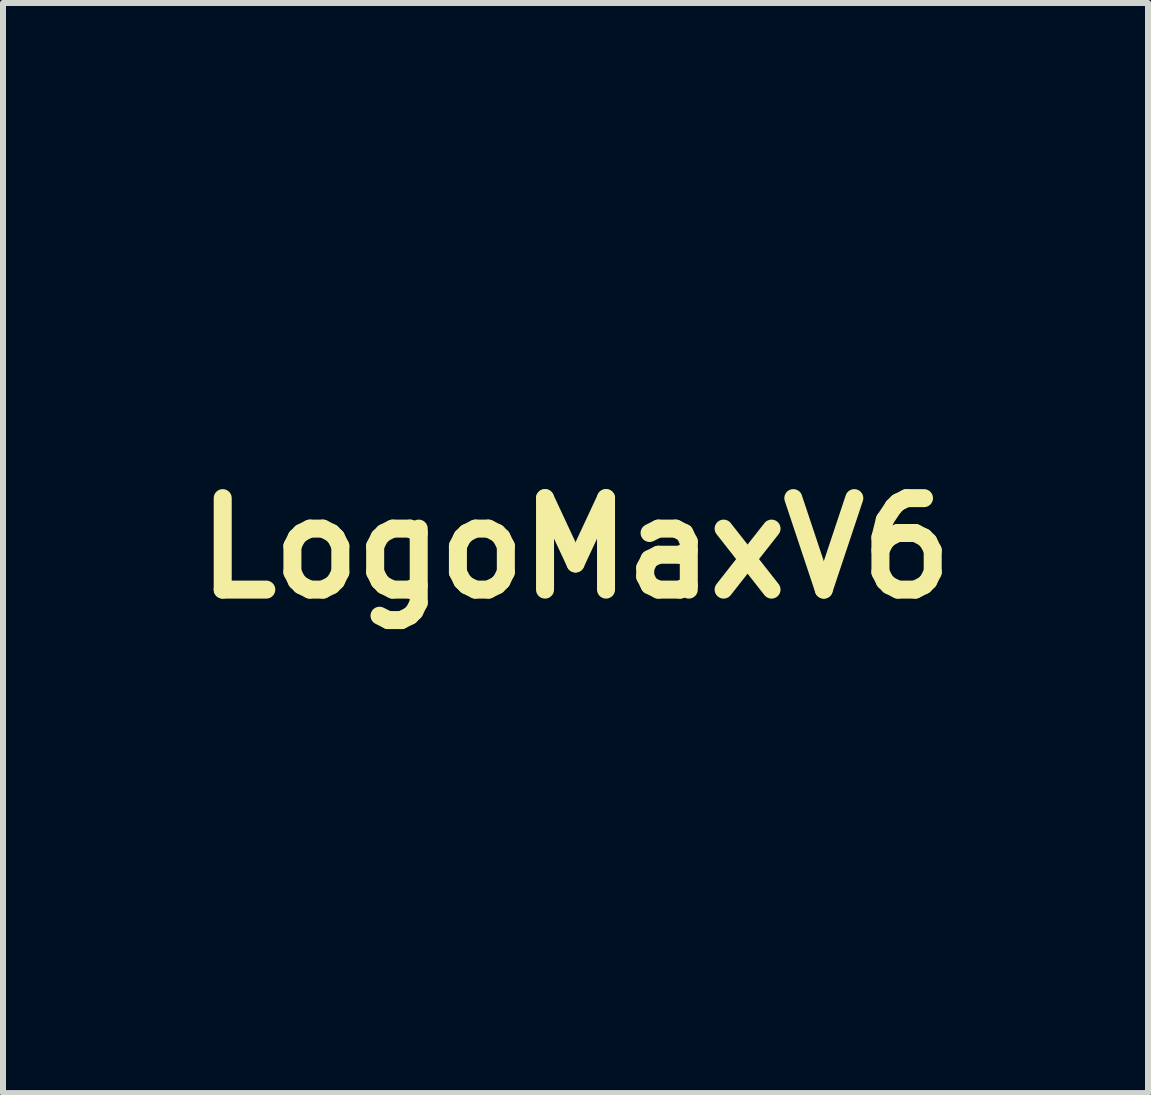
<source format=kicad_pcb>
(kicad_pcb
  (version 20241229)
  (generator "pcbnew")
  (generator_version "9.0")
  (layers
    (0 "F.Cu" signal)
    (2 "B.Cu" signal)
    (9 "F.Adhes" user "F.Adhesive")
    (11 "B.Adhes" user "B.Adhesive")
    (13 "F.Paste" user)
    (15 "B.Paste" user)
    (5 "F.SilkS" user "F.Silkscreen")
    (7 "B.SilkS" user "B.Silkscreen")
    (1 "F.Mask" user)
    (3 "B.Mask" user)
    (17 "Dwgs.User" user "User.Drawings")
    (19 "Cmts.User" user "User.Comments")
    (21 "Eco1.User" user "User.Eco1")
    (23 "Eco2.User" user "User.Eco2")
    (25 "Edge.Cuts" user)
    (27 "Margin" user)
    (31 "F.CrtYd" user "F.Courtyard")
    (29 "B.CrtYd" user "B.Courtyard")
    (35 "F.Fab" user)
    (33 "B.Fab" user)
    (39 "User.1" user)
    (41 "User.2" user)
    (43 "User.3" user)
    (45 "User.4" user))
  (footprint "LogoMaxV6"
    (layer "F.Cu")
    (at 6.539 6.084)
    (property "Reference" "LogoMaxV6" (at 0 0 0) (layer "F.SilkS") (effects (font (size 1.524 1.524) (thickness 0.3))))
    (attr through_hole)
    (fp_poly (pts (xy 0.042 -6.073) (xy 0.062 -6.061) (xy 0.1 -6.038) (xy 0.174 -5.994) (xy 0.276 -5.935) (xy 0.399 -5.863) (xy 0.533 -5.786) (xy 0.688 -5.697) (xy 0.848 -5.604) (xy 1.001 -5.516) (xy 1.132 -5.44) (xy 1.206 -5.397) (xy 1.317 -5.333) (xy 1.457 -5.252) (xy 1.613 -5.162) (xy 1.772 -5.071) (xy 1.867 -5.016) (xy 2.009 -4.935) (xy 2.182 -4.835) (xy 2.374 -4.724) (xy 2.573 -4.609) (xy 2.766 -4.498) (xy 2.857 -4.445) (xy 3.018 -4.352) (xy 3.167 -4.266) (xy 3.298 -4.19) (xy 3.406 -4.128) (xy 3.482 -4.084) (xy 3.518 -4.063) (xy 3.562 -4.038) (xy 3.643 -3.991) (xy 3.752 -3.928) (xy 3.882 -3.853) (xy 4.024 -3.771) (xy 4.064 -3.748) (xy 4.236 -3.648) (xy 4.423 -3.54) (xy 4.611 -3.432) (xy 4.783 -3.332) (xy 4.909 -3.26) (xy 5.283 -3.044) (xy 5.271 3.055) (xy 5.029 3.195) (xy 4.753 3.355) (xy 4.518 3.491) (xy 4.319 3.606) (xy 4.154 3.701) (xy 4.019 3.779) (xy 3.91 3.842) (xy 3.823 3.891) (xy 3.756 3.929) (xy 3.705 3.958) (xy 3.683 3.97) (xy 3.605 4.013) (xy 3.545 4.048) (xy 3.518 4.065) (xy 3.489 4.084) (xy 3.423 4.123) (xy 3.328 4.179) (xy 3.211 4.247) (xy 3.086 4.319) (xy 2.951 4.397) (xy 2.825 4.469) (xy 2.717 4.531) (xy 2.638 4.577) (xy 2.597 4.6) (xy 2.537 4.635) (xy 2.478 4.669) (xy 2.413 4.707) (xy 2.336 4.752) (xy 2.24 4.807) (xy 2.119 4.877) (xy 1.966 4.964) (xy 1.778 5.073) (xy 1.509 5.228) (xy 1.281 5.36) (xy 1.088 5.471) (xy 0.928 5.563) (xy 0.795 5.64) (xy 0.687 5.703) (xy 0.598 5.754) (xy 0.525 5.796) (xy 0.464 5.832) (xy 0.411 5.862) (xy 0.362 5.891) (xy 0.318 5.917) (xy 0.221 5.974) (xy 0.137 6.023) (xy 0.077 6.057) (xy 0.062 6.065) (xy 0.033 6.073) (xy -0.004 6.069) (xy -0.059 6.047) (xy -0.139 6.006) (xy -0.254 5.942) (xy -0.269 5.933) (xy -0.561 5.765) (xy -0.813 5.62) (xy -1.029 5.496) (xy -1.212 5.39) (xy -1.366 5.301) (xy -1.496 5.226) (xy -1.605 5.162) (xy -1.638 5.143) (xy -1.747 5.081) (xy -1.886 5) (xy -2.043 4.91) (xy -2.203 4.818) (xy -2.257 4.787) (xy -1.524 4.787) (xy -1.503 4.81) (xy -1.447 4.851) (xy -1.365 4.904) (xy -1.289 4.949) (xy -1.182 5.011) (xy -1.045 5.09) (xy -0.894 5.177) (xy -0.744 5.264) (xy -0.686 5.298) (xy -0.564 5.368) (xy -0.458 5.429) (xy -0.377 5.476) (xy -0.326 5.504) (xy -0.313 5.511) (xy -0.322 5.491) (xy -0.351 5.436) (xy -0.394 5.357) (xy -0.417 5.315) (xy -0.474 5.213) (xy -0.529 5.117) (xy -0.571 5.043) (xy -0.579 5.029) (xy -0.651 4.906) (xy -0.732 4.767) (xy -0.814 4.625) (xy -0.889 4.493) (xy -0.95 4.385) (xy -0.973 4.343) (xy -1.022 4.259) (xy -1.068 4.184) (xy -1.094 4.146) (xy -1.139 4.088) (xy -1.175 4.159) (xy -1.236 4.274) (xy -1.31 4.405) (xy -1.383 4.533) (xy -1.446 4.637) (xy -1.453 4.647) (xy -1.493 4.716) (xy -1.519 4.769) (xy -1.524 4.787) (xy -2.257 4.787) (xy -2.311 4.756) (xy -2.444 4.679) (xy -2.562 4.611) (xy -2.658 4.555) (xy -2.725 4.515) (xy -2.756 4.497) (xy -2.756 4.496) (xy -2.79 4.475) (xy -2.855 4.438) (xy -2.921 4.401) (xy -2.983 4.366) (xy -3.08 4.311) (xy -3.203 4.241) (xy -3.344 4.16) (xy -3.493 4.074) (xy -3.578 4.026) (xy -2.896 4.026) (xy -2.661 4.16) (xy -2.553 4.222) (xy -2.416 4.3) (xy -2.265 4.387) (xy -2.115 4.474) (xy -2.058 4.507) (xy -1.935 4.577) (xy -1.827 4.636) (xy -1.743 4.68) (xy -1.689 4.705) (xy -1.673 4.709) (xy -1.652 4.684) (xy -1.615 4.626) (xy -1.572 4.553) (xy -1.524 4.469) (xy -1.482 4.397) (xy -1.459 4.356) (xy -1.431 4.307) (xy -1.387 4.233) (xy -1.349 4.169) (xy -1.308 4.097) (xy -1.283 4.043) (xy -1.278 4.026) (xy -0.982 4.026) (xy -0.754 4.42) (xy -0.673 4.561) (xy -0.593 4.701) (xy -0.521 4.827) (xy -0.465 4.929) (xy -0.437 4.978) (xy -0.389 5.065) (xy -0.347 5.137) (xy -0.319 5.18) (xy -0.318 5.182) (xy -0.29 5.223) (xy -0.248 5.293) (xy -0.203 5.372) (xy -0.126 5.51) (xy -0.068 5.607) (xy -0.024 5.666) (xy 0.01 5.69) (xy 0.039 5.684) (xy 0.065 5.652) (xy 0.083 5.62) (xy 0.12 5.55) (xy 0.138 5.519) (xy 0.326 5.519) (xy 0.41 5.467) (xy 0.457 5.44) (xy 0.539 5.392) (xy 0.651 5.327) (xy 0.785 5.25) (xy 0.932 5.165) (xy 1.016 5.117) (xy 1.163 5.033) (xy 1.294 4.957) (xy 1.405 4.894) (xy 1.487 4.846) (xy 1.536 4.817) (xy 1.546 4.811) (xy 1.537 4.787) (xy 1.507 4.727) (xy 1.46 4.638) (xy 1.399 4.528) (xy 1.352 4.444) (xy 1.276 4.31) (xy 1.221 4.216) (xy 1.182 4.156) (xy 1.156 4.125) (xy 1.137 4.116) (xy 1.123 4.126) (xy 1.11 4.144) (xy 1.083 4.19) (xy 1.036 4.268) (xy 0.979 4.367) (xy 0.926 4.458) (xy 0.854 4.584) (xy 0.767 4.734) (xy 0.677 4.889) (xy 0.603 5.016) (xy 0.534 5.137) (xy 0.469 5.252) (xy 0.416 5.347) (xy 0.38 5.413) (xy 0.376 5.42) (xy 0.326 5.519) (xy 0.138 5.519) (xy 0.165 5.47) (xy 0.171 5.461) (xy 0.224 5.369) (xy 0.292 5.252) (xy 0.368 5.12) (xy 0.449 4.98) (xy 0.529 4.842) (xy 0.603 4.714) (xy 0.666 4.604) (xy 0.715 4.52) (xy 0.742 4.472) (xy 0.743 4.47) (xy 0.78 4.407) (xy 0.808 4.362) (xy 0.812 4.356) (xy 0.841 4.311) (xy 0.878 4.244) (xy 0.918 4.168) (xy 0.954 4.097) (xy 0.977 4.044) (xy 0.981 4.028) (xy 1.295 4.028) (xy 1.307 4.054) (xy 1.339 4.114) (xy 1.386 4.199) (xy 1.443 4.299) (xy 1.504 4.406) (xy 1.564 4.511) (xy 1.618 4.604) (xy 1.661 4.676) (xy 1.688 4.718) (xy 1.693 4.724) (xy 1.717 4.712) (xy 1.777 4.679) (xy 1.867 4.627) (xy 1.979 4.563) (xy 2.089 4.499) (xy 2.237 4.413) (xy 2.389 4.325) (xy 2.532 4.242) (xy 2.653 4.173) (xy 2.705 4.143) (xy 2.934 4.013) (xy 2.115 4.013) (xy 1.916 4.014) (xy 1.735 4.015) (xy 1.578 4.017) (xy 1.449 4.019) (xy 1.356 4.022) (xy 1.304 4.025) (xy 1.295 4.028) (xy 0.981 4.028) (xy 0.983 4.022) (xy 0.956 4.02) (xy 0.884 4.019) (xy 0.773 4.018) (xy 0.627 4.017) (xy 0.452 4.017) (xy 0.255 4.018) (xy 0.04 4.019) (xy -0.004 4.019) (xy -0.982 4.026) (xy -1.278 4.026) (xy -1.278 4.022) (xy -1.305 4.02) (xy -1.376 4.019) (xy -1.486 4.018) (xy -1.629 4.017) (xy -1.797 4.017) (xy -1.986 4.018) (xy -2.092 4.019) (xy -2.896 4.026) (xy -3.578 4.026) (xy -3.642 3.988) (xy -3.782 3.907) (xy -3.904 3.837) (xy -3.919 3.828) (xy -3.215 3.828) (xy -3.202 3.836) (xy -3.168 3.844) (xy -3.11 3.849) (xy -3.022 3.854) (xy -2.901 3.857) (xy -2.742 3.859) (xy -2.542 3.86) (xy -2.296 3.861) (xy -2.236 3.861) (xy -0.992 3.861) (xy 1.015 3.861) (xy 1.266 3.861) (xy 2.227 3.86) (xy 2.444 3.86) (xy 2.645 3.858) (xy 2.826 3.856) (xy 2.979 3.852) (xy 3.1 3.848) (xy 3.182 3.844) (xy 3.22 3.839) (xy 3.222 3.838) (xy 3.233 3.831) (xy 3.239 3.82) (xy 3.238 3.801) (xy 3.226 3.77) (xy 3.202 3.721) (xy 3.163 3.649) (xy 3.107 3.55) (xy 3.03 3.419) (xy 2.932 3.25) (xy 2.895 3.188) (xy 2.809 3.039) (xy 2.723 2.892) (xy 2.645 2.757) (xy 2.58 2.645) (xy 2.539 2.572) (xy 2.49 2.488) (xy 2.45 2.424) (xy 2.426 2.39) (xy 2.423 2.388) (xy 2.396 2.4) (xy 2.347 2.43) (xy 2.284 2.463) (xy 2.198 2.498) (xy 2.151 2.515) (xy 2.094 2.535) (xy 2.051 2.557) (xy 2.014 2.59) (xy 1.975 2.643) (xy 1.926 2.723) (xy 1.87 2.822) (xy 1.792 2.96) (xy 1.696 3.127) (xy 1.591 3.309) (xy 1.485 3.49) (xy 1.387 3.657) (xy 1.315 3.778) (xy 1.266 3.861) (xy 1.015 3.861) (xy 0.968 3.778) (xy 0.938 3.726) (xy 0.889 3.641) (xy 0.827 3.533) (xy 0.757 3.414) (xy 0.736 3.379) (xy 0.666 3.258) (xy 0.602 3.147) (xy 0.549 3.056) (xy 0.514 2.996) (xy 0.508 2.985) (xy 0.468 2.916) (xy 0.418 2.831) (xy 0.397 2.794) (xy 0.348 2.71) (xy 0.304 2.631) (xy 0.29 2.603) (xy 0.251 2.527) (xy 0.009 2.53) (xy -0.232 2.532) (xy -0.442 2.898) (xy -0.526 3.043) (xy -0.613 3.194) (xy -0.695 3.337) (xy -0.764 3.455) (xy -0.786 3.493) (xy -0.846 3.596) (xy -0.9 3.691) (xy -0.941 3.763) (xy -0.956 3.791) (xy -0.992 3.861) (xy -2.236 3.861) (xy -2.02 3.86) (xy -1.821 3.859) (xy -1.644 3.858) (xy -1.495 3.856) (xy -1.38 3.853) (xy -1.303 3.851) (xy -1.271 3.848) (xy -1.27 3.847) (xy -1.282 3.822) (xy -1.315 3.76) (xy -1.366 3.67) (xy -1.428 3.561) (xy -1.464 3.498) (xy -1.542 3.364) (xy -1.619 3.231) (xy -1.688 3.111) (xy -1.741 3.017) (xy -1.753 2.997) (xy -1.838 2.846) (xy -1.904 2.734) (xy -1.953 2.653) (xy -1.992 2.598) (xy -2.024 2.563) (xy -2.055 2.542) (xy -2.057 2.541) (xy -1.813 2.541) (xy -1.812 2.571) (xy -1.788 2.631) (xy -1.747 2.708) (xy -1.746 2.709) (xy -1.58 2.991) (xy -1.411 3.283) (xy -1.268 3.535) (xy -1.213 3.632) (xy -1.167 3.711) (xy -1.136 3.762) (xy -1.126 3.776) (xy -1.113 3.754) (xy -1.078 3.696) (xy -1.028 3.61) (xy -0.967 3.504) (xy -0.946 3.467) (xy -0.863 3.324) (xy -0.767 3.158) (xy -0.668 2.988) (xy -0.58 2.834) (xy -0.575 2.827) (xy -0.508 2.709) (xy -0.451 2.607) (xy -0.408 2.528) (xy -0.384 2.481) (xy -0.383 2.477) (xy 0.381 2.477) (xy 0.44 2.566) (xy 0.484 2.635) (xy 0.54 2.728) (xy 0.586 2.81) (xy 0.679 2.974) (xy 0.771 3.138) (xy 0.861 3.294) (xy 0.943 3.436) (xy 1.016 3.56) (xy 1.076 3.659) (xy 1.118 3.727) (xy 1.14 3.758) (xy 1.142 3.759) (xy 1.162 3.739) (xy 1.195 3.69) (xy 1.204 3.676) (xy 1.236 3.621) (xy 1.286 3.534) (xy 1.346 3.428) (xy 1.396 3.34) (xy 1.473 3.205) (xy 1.562 3.051) (xy 1.649 2.899) (xy 1.695 2.82) (xy 1.754 2.716) (xy 1.801 2.628) (xy 1.83 2.564) (xy 1.839 2.535) (xy 1.839 2.535) (xy 1.808 2.519) (xy 1.748 2.502) (xy 1.737 2.5) (xy 1.654 2.465) (xy 1.563 2.396) (xy 1.476 2.307) (xy 1.407 2.21) (xy 1.373 2.138) (xy 1.338 2.032) (xy 0.767 2.032) (xy 0.685 2.16) (xy 0.617 2.252) (xy 0.534 2.344) (xy 0.492 2.382) (xy 0.381 2.477) (xy -0.383 2.477) (xy -0.381 2.471) (xy -0.399 2.445) (xy -0.445 2.401) (xy -0.471 2.379) (xy -0.535 2.318) (xy -0.606 2.234) (xy -0.652 2.17) (xy -0.744 2.032) (xy -1.314 2.032) (xy -1.356 2.142) (xy -1.413 2.246) (xy -1.497 2.349) (xy -1.593 2.434) (xy -1.688 2.488) (xy -1.698 2.491) (xy -1.764 2.516) (xy -1.808 2.538) (xy -1.813 2.541) (xy -2.057 2.541) (xy -2.089 2.529) (xy -2.132 2.517) (xy -2.136 2.516) (xy -2.224 2.487) (xy -2.3 2.45) (xy -2.323 2.435) (xy -2.374 2.404) (xy -2.411 2.399) (xy -2.412 2.4) (xy -2.435 2.427) (xy -2.474 2.489) (xy -2.525 2.574) (xy -2.553 2.624) (xy -2.607 2.719) (xy -2.653 2.801) (xy -2.685 2.856) (xy -2.693 2.87) (xy -2.716 2.908) (xy -2.756 2.978) (xy -2.809 3.069) (xy -2.848 3.137) (xy -2.922 3.266) (xy -3.005 3.41) (xy -3.082 3.543) (xy -3.103 3.58) (xy -3.155 3.675) (xy -3.194 3.756) (xy -3.214 3.811) (xy -3.215 3.828) (xy -3.919 3.828) (xy -3.95 3.81) (xy -3.994 3.784) (xy -4.075 3.738) (xy -4.184 3.674) (xy -4.314 3.599) (xy -4.457 3.516) (xy -4.508 3.487) (xy -4.659 3.4) (xy -4.802 3.317) (xy -4.93 3.243) (xy -5.034 3.182) (xy -5.105 3.14) (xy -5.118 3.133) (xy -5.245 3.057) (xy -5.245 2.827) (xy -4.92 2.827) (xy -4.92 2.829) (xy -4.893 2.856) (xy -4.833 2.899) (xy -4.75 2.952) (xy -4.708 2.977) (xy -4.616 3.03) (xy -4.492 3.101) (xy -4.351 3.182) (xy -4.205 3.266) (xy -4.128 3.311) (xy -4.002 3.383) (xy -3.892 3.444) (xy -3.804 3.492) (xy -3.747 3.522) (xy -3.728 3.53) (xy -3.73 3.511) (xy -3.754 3.46) (xy -3.789 3.397) (xy -3.825 3.336) (xy -3.881 3.239) (xy -3.953 3.116) (xy -4.036 2.973) (xy -4.124 2.82) (xy -4.163 2.753) (xy -4.249 2.604) (xy -4.329 2.467) (xy -4.398 2.349) (xy -4.452 2.258) (xy -4.488 2.199) (xy -4.497 2.184) (xy -4.515 2.161) (xy -4.531 2.154) (xy -4.552 2.169) (xy -4.583 2.212) (xy -4.628 2.289) (xy -4.685 2.39) (xy -4.749 2.501) (xy -4.808 2.603) (xy -4.856 2.682) (xy -4.883 2.725) (xy -4.913 2.782) (xy -4.92 2.827) (xy -5.245 2.827) (xy -5.245 1.967) (xy -4.928 1.967) (xy -4.927 2.12) (xy -4.925 2.253) (xy -4.923 2.36) (xy -4.92 2.433) (xy -4.916 2.463) (xy -4.916 2.464) (xy -4.899 2.443) (xy -4.862 2.388) (xy -4.812 2.306) (xy -4.763 2.225) (xy -4.706 2.127) (xy -4.678 2.078) (xy -4.369 2.078) (xy -4.356 2.131) (xy -4.343 2.149) (xy -4.323 2.178) (xy -4.282 2.244) (xy -4.225 2.34) (xy -4.157 2.457) (xy -4.086 2.579) (xy -4.009 2.714) (xy -3.938 2.839) (xy -3.877 2.944) (xy -3.833 3.022) (xy -3.81 3.061) (xy -3.773 3.125) (xy -3.724 3.211) (xy -3.686 3.277) (xy -3.64 3.356) (xy -3.601 3.422) (xy -3.581 3.454) (xy -3.554 3.5) (xy -3.516 3.568) (xy -3.502 3.594) (xy -3.444 3.686) (xy -3.395 3.73) (xy -3.378 3.733) (xy -3.362 3.713) (xy -3.325 3.655) (xy -3.273 3.569) (xy -3.21 3.461) (xy -3.175 3.401) (xy -3.097 3.266) (xy -3.019 3.128) (xy -2.947 3.003) (xy -2.89 2.904) (xy -2.88 2.887) (xy -2.819 2.78) (xy -2.745 2.652) (xy -2.67 2.523) (xy -2.644 2.479) (xy -2.585 2.375) (xy -2.548 2.304) (xy -2.531 2.255) (xy -2.53 2.218) (xy -2.541 2.182) (xy -2.543 2.178) (xy -2.559 2.14) (xy -2.575 2.109) (xy -2.596 2.084) (xy -2.628 2.066) (xy -2.675 2.052) (xy -2.744 2.043) (xy -2.839 2.037) (xy -2.965 2.034) (xy -3.128 2.032) (xy -3.333 2.032) (xy -3.507 2.032) (xy -3.739 2.032) (xy -3.926 2.033) (xy -4.071 2.034) (xy -4.181 2.036) (xy -4.26 2.04) (xy -4.313 2.045) (xy -4.346 2.051) (xy -4.362 2.06) (xy -4.368 2.071) (xy -4.369 2.078) (xy -4.678 2.078) (xy -4.661 2.047) (xy -4.631 1.993) (xy -4.623 1.975) (xy -4.635 1.945) (xy -4.655 1.906) (xy -4.398 1.906) (xy -2.629 1.892) (xy -2.622 1.699) (xy -2.619 1.611) (xy -2.623 1.546) (xy -2.636 1.488) (xy -2.665 1.424) (xy -2.713 1.338) (xy -2.746 1.28) (xy -2.795 1.196) (xy -2.841 1.118) (xy -2.886 1.039) (xy -2.937 0.951) (xy -2.997 0.845) (xy -3.072 0.713) (xy -3.167 0.547) (xy -3.189 0.508) (xy -3.247 0.408) (xy -3.3 0.319) (xy -3.341 0.255) (xy -3.355 0.235) (xy -3.379 0.207) (xy -3.4 0.198) (xy -3.425 0.213) (xy -3.458 0.258) (xy -3.506 0.339) (xy -3.552 0.421) (xy -3.594 0.496) (xy -3.657 0.606) (xy -3.734 0.74) (xy -3.82 0.89) (xy -3.91 1.046) (xy -3.937 1.092) (xy -4.026 1.247) (xy -4.112 1.397) (xy -4.19 1.533) (xy -4.255 1.647) (xy -4.301 1.729) (xy -4.31 1.747) (xy -4.398 1.906) (xy -4.655 1.906) (xy -4.667 1.884) (xy -4.712 1.802) (xy -4.764 1.711) (xy -4.816 1.622) (xy -4.861 1.547) (xy -4.893 1.498) (xy -4.904 1.485) (xy -4.912 1.504) (xy -4.919 1.569) (xy -4.924 1.674) (xy -4.927 1.815) (xy -4.928 1.967) (xy -5.245 1.967) (xy -5.245 0.076) (xy -4.928 0.076) (xy -4.928 1.122) (xy -4.854 1.253) (xy -4.758 1.425) (xy -4.683 1.557) (xy -4.626 1.653) (xy -4.584 1.719) (xy -4.554 1.759) (xy -4.532 1.779) (xy -4.516 1.781) (xy -4.505 1.775) (xy -4.475 1.738) (xy -4.47 1.722) (xy -4.457 1.685) (xy -4.425 1.631) (xy -4.423 1.63) (xy -4.385 1.57) (xy -4.336 1.487) (xy -4.3 1.422) (xy -4.253 1.338) (xy -4.19 1.227) (xy -4.122 1.109) (xy -4.09 1.054) (xy -4.025 0.943) (xy -3.963 0.835) (xy -3.912 0.746) (xy -3.892 0.711) (xy -3.847 0.632) (xy -3.787 0.53) (xy -3.726 0.427) (xy -3.721 0.419) (xy -3.664 0.323) (xy -3.612 0.233) (xy -3.575 0.166) (xy -3.572 0.159) (xy -3.534 0.086) (xy -3.251 0.086) (xy -3.239 0.114) (xy -3.21 0.171) (xy -3.171 0.242) (xy -3.131 0.311) (xy -3.098 0.364) (xy -3.086 0.381) (xy -3.059 0.421) (xy -3.017 0.492) (xy -2.969 0.578) (xy -2.966 0.584) (xy -2.898 0.707) (xy -2.829 0.83) (xy -2.763 0.945) (xy -2.705 1.044) (xy -2.66 1.119) (xy -2.632 1.161) (xy -2.626 1.168) (xy -2.623 1.144) (xy -2.62 1.077) (xy -2.618 0.973) (xy -2.617 0.84) (xy -2.616 0.686) (xy -2.616 0.622) (xy -2.616 0.076) (xy -2.934 0.076) (xy -3.054 0.077) (xy -3.153 0.079) (xy -3.222 0.082) (xy -3.251 0.085) (xy -3.251 0.086) (xy -3.534 0.086) (xy -3.529 0.076) (xy -4.928 0.076) (xy -5.245 0.076) (xy -5.245 -1.12) (xy -4.928 -1.12) (xy -4.928 -0.076) (xy -3.527 -0.076) (xy -3.538 -0.095) (xy -3.251 -0.095) (xy -3.227 -0.088) (xy -3.162 -0.082) (xy -3.066 -0.078) (xy -2.948 -0.076) (xy -2.934 -0.076) (xy -2.616 -0.076) (xy -2.616 -0.627) (xy -2.616 -0.632) (xy -2.435 -0.632) (xy -2.435 -0.34) (xy -2.434 -0.045) (xy -2.432 0.247) (xy -2.43 0.533) (xy -2.427 0.807) (xy -2.424 1.065) (xy -2.421 1.303) (xy -2.417 1.515) (xy -2.412 1.698) (xy -2.407 1.846) (xy -2.402 1.954) (xy -2.396 2.019) (xy -2.394 2.032) (xy -2.33 2.155) (xy -2.237 2.256) (xy -2.128 2.322) (xy -2.121 2.324) (xy -2.024 2.353) (xy -1.945 2.358) (xy -1.856 2.342) (xy -1.822 2.332) (xy -1.691 2.267) (xy -1.588 2.163) (xy -1.519 2.024) (xy -1.514 2.008) (xy -1.506 1.975) (xy -1.499 1.935) (xy -1.495 1.905) (xy -1.295 1.905) (xy -1.041 1.905) (xy -0.919 1.903) (xy -0.84 1.898) (xy -0.799 1.887) (xy -0.787 1.872) (xy -0.794 1.833) (xy -0.81 1.759) (xy -0.834 1.664) (xy -0.841 1.637) (xy -0.863 1.553) (xy -0.895 1.429) (xy -0.933 1.278) (xy -0.977 1.107) (xy -1.022 0.929) (xy -1.041 0.851) (xy -1.188 0.268) (xy -1.241 0.356) (xy -1.257 0.384) (xy -1.269 0.414) (xy -1.279 0.453) (xy -1.285 0.506) (xy -1.29 0.58) (xy -1.293 0.681) (xy -1.295 0.816) (xy -1.295 0.989) (xy -1.295 1.175) (xy -1.295 1.905) (xy -1.495 1.905) (xy -1.493 1.884) (xy -1.488 1.816) (xy -1.484 1.73) (xy -1.481 1.62) (xy -1.478 1.484) (xy -1.476 1.317) (xy -1.475 1.116) (xy -1.475 0.876) (xy -1.474 0.595) (xy -1.474 0.267) (xy -1.474 0.145) (xy -1.474 0.089) (xy -1.295 0.089) (xy -1.283 0.102) (xy -1.27 0.089) (xy -1.283 0.076) (xy -1.295 0.089) (xy -1.474 0.089) (xy -1.475 -0.147) (xy -1.474 -0.423) (xy -1.474 -0.679) (xy -1.474 -0.912) (xy -1.473 -1.118) (xy -1.472 -1.292) (xy -1.471 -1.429) (xy -1.469 -1.527) (xy -1.468 -1.58) (xy -1.467 -1.589) (xy -1.46 -1.567) (xy -1.441 -1.5) (xy -1.412 -1.393) (xy -1.375 -1.25) (xy -1.33 -1.075) (xy -1.278 -0.874) (xy -1.222 -0.651) (xy -1.161 -0.41) (xy -1.133 -0.297) (xy -1.035 0.092) (xy -0.949 0.435) (xy -0.873 0.735) (xy -0.807 0.994) (xy -0.749 1.216) (xy -0.7 1.405) (xy -0.658 1.561) (xy -0.623 1.69) (xy -0.593 1.794) (xy -0.569 1.876) (xy -0.548 1.938) (xy -0.53 1.985) (xy -0.515 2.018) (xy -0.514 2.021) (xy -0.417 2.163) (xy -0.292 2.268) (xy -0.168 2.325) (xy -0.084 2.348) (xy -0.025 2.359) (xy 0.033 2.357) (xy 0.11 2.344) (xy 0.155 2.334) (xy 0.296 2.279) (xy 0.42 2.182) (xy 0.518 2.052) (xy 0.556 1.974) (xy 0.573 1.923) (xy 0.585 1.881) (xy 0.796 1.881) (xy 0.811 1.894) (xy 0.852 1.901) (xy 0.926 1.904) (xy 1.04 1.905) (xy 1.295 1.905) (xy 1.295 1.167) (xy 1.295 0.947) (xy 1.294 0.772) (xy 1.291 0.637) (xy 1.287 0.534) (xy 1.281 0.46) (xy 1.273 0.407) (xy 1.263 0.37) (xy 1.255 0.352) (xy 1.227 0.303) (xy 1.208 0.283) (xy 1.207 0.283) (xy 1.199 0.309) (xy 1.18 0.378) (xy 1.152 0.481) (xy 1.118 0.613) (xy 1.08 0.765) (xy 1.058 0.851) (xy 0.987 1.134) (xy 0.927 1.37) (xy 0.879 1.559) (xy 0.841 1.702) (xy 0.815 1.801) (xy 0.799 1.858) (xy 0.798 1.861) (xy 0.796 1.881) (xy 0.585 1.881) (xy 0.6 1.831) (xy 0.635 1.706) (xy 0.676 1.557) (xy 0.721 1.39) (xy 0.767 1.215) (xy 0.813 1.04) (xy 0.856 0.873) (xy 0.894 0.722) (xy 0.925 0.595) (xy 0.947 0.501) (xy 0.953 0.47) (xy 0.965 0.421) (xy 0.985 0.34) (xy 1.011 0.243) (xy 1.014 0.229) (xy 1.046 0.109) (xy 1.078 -0.016) (xy 1.103 -0.114) (xy 1.119 -0.18) (xy 1.146 -0.286) (xy 1.181 -0.425) (xy 1.222 -0.589) (xy 1.267 -0.769) (xy 1.313 -0.953) (xy 1.486 -1.638) (xy 1.499 0.178) (xy 1.501 0.478) (xy 1.504 0.764) (xy 1.507 1.032) (xy 1.511 1.278) (xy 1.515 1.497) (xy 1.519 1.685) (xy 1.523 1.838) (xy 1.527 1.952) (xy 1.531 2.022) (xy 1.534 2.045) (xy 1.619 2.183) (xy 1.729 2.281) (xy 1.855 2.337) (xy 1.99 2.351) (xy 2.128 2.32) (xy 2.251 2.247) (xy 2.524 2.247) (xy 2.602 2.38) (xy 2.642 2.448) (xy 2.7 2.548) (xy 2.772 2.671) (xy 2.849 2.805) (xy 2.896 2.885) (xy 2.972 3.018) (xy 3.045 3.143) (xy 3.107 3.251) (xy 3.154 3.331) (xy 3.172 3.363) (xy 3.266 3.526) (xy 3.336 3.652) (xy 3.35 3.677) (xy 3.386 3.725) (xy 3.423 3.725) (xy 3.455 3.695) (xy 3.489 3.646) (xy 3.527 3.581) (xy 3.528 3.581) (xy 3.553 3.536) (xy 3.56 3.523) (xy 3.75 3.523) (xy 3.753 3.531) (xy 3.785 3.518) (xy 3.844 3.485) (xy 3.895 3.454) (xy 3.962 3.413) (xy 4.011 3.385) (xy 4.026 3.378) (xy 4.051 3.366) (xy 4.11 3.333) (xy 4.196 3.283) (xy 4.3 3.223) (xy 4.311 3.217) (xy 4.439 3.141) (xy 4.572 3.063) (xy 4.693 2.993) (xy 4.769 2.949) (xy 4.853 2.898) (xy 4.917 2.856) (xy 4.95 2.829) (xy 4.953 2.825) (xy 4.94 2.793) (xy 4.908 2.74) (xy 4.902 2.731) (xy 4.869 2.678) (xy 4.819 2.593) (xy 4.759 2.488) (xy 4.705 2.394) (xy 4.647 2.293) (xy 4.598 2.21) (xy 4.562 2.154) (xy 4.546 2.134) (xy 4.528 2.154) (xy 4.492 2.209) (xy 4.447 2.286) (xy 4.436 2.305) (xy 4.393 2.382) (xy 4.329 2.494) (xy 4.249 2.634) (xy 4.158 2.793) (xy 4.06 2.963) (xy 3.96 3.136) (xy 3.864 3.303) (xy 3.794 3.423) (xy 3.762 3.484) (xy 3.75 3.523) (xy 3.56 3.523) (xy 3.598 3.457) (xy 3.657 3.353) (xy 3.726 3.233) (xy 3.8 3.106) (xy 3.872 2.981) (xy 3.937 2.868) (xy 3.992 2.775) (xy 4.029 2.712) (xy 4.04 2.692) (xy 4.064 2.651) (xy 4.104 2.581) (xy 4.148 2.502) (xy 4.213 2.385) (xy 4.26 2.303) (xy 4.294 2.245) (xy 4.321 2.202) (xy 4.348 2.164) (xy 4.35 2.162) (xy 4.374 2.128) (xy 4.39 2.101) (xy 4.394 2.079) (xy 4.38 2.062) (xy 4.344 2.05) (xy 4.283 2.042) (xy 4.191 2.036) (xy 4.065 2.033) (xy 3.9 2.032) (xy 3.691 2.032) (xy 3.506 2.033) (xy 2.617 2.034) (xy 2.571 2.141) (xy 2.524 2.247) (xy 2.251 2.247) (xy 2.26 2.242) (xy 2.286 2.219) (xy 2.358 2.14) (xy 2.4 2.05) (xy 2.413 1.999) (xy 2.418 1.957) (xy 4.64 1.957) (xy 4.65 1.986) (xy 4.679 2.047) (xy 4.723 2.129) (xy 4.775 2.22) (xy 4.828 2.31) (xy 4.876 2.388) (xy 4.913 2.443) (xy 4.932 2.464) (xy 4.933 2.464) (xy 4.939 2.44) (xy 4.944 2.372) (xy 4.949 2.269) (xy 4.952 2.138) (xy 4.953 1.986) (xy 4.953 1.951) (xy 4.952 1.776) (xy 4.949 1.635) (xy 4.944 1.534) (xy 4.937 1.475) (xy 4.93 1.462) (xy 4.909 1.492) (xy 4.87 1.554) (xy 4.82 1.637) (xy 4.766 1.73) (xy 4.714 1.82) (xy 4.672 1.895) (xy 4.645 1.945) (xy 4.64 1.957) (xy 2.418 1.957) (xy 2.419 1.954) (xy 2.422 1.906) (xy 2.642 1.906) (xy 3.504 1.904) (xy 3.709 1.903) (xy 3.897 1.901) (xy 4.062 1.898) (xy 4.199 1.894) (xy 4.302 1.89) (xy 4.364 1.885) (xy 4.381 1.881) (xy 4.375 1.848) (xy 4.343 1.778) (xy 4.289 1.675) (xy 4.214 1.544) (xy 4.169 1.469) (xy 4.143 1.425) (xy 4.097 1.346) (xy 4.035 1.239) (xy 3.964 1.115) (xy 3.899 1.003) (xy 3.822 0.87) (xy 3.752 0.748) (xy 3.693 0.646) (xy 3.65 0.572) (xy 3.63 0.538) (xy 3.595 0.476) (xy 3.548 0.394) (xy 3.519 0.343) (xy 3.478 0.27) (xy 3.447 0.214) (xy 3.435 0.193) (xy 3.414 0.192) (xy 3.375 0.233) (xy 3.317 0.317) (xy 3.24 0.445) (xy 3.212 0.495) (xy 3.158 0.59) (xy 3.112 0.67) (xy 3.08 0.724) (xy 3.073 0.737) (xy 3.05 0.775) (xy 3.007 0.848) (xy 2.95 0.948) (xy 2.883 1.065) (xy 2.811 1.19) (xy 2.74 1.314) (xy 2.715 1.359) (xy 2.677 1.431) (xy 2.656 1.497) (xy 2.645 1.576) (xy 2.642 1.685) (xy 2.642 1.696) (xy 2.642 1.906) (xy 2.422 1.906) (xy 2.424 1.873) (xy 2.427 1.755) (xy 2.431 1.598) (xy 2.433 1.4) (xy 2.435 1.16) (xy 2.436 0.876) (xy 2.436 0.546) (xy 2.435 0.169) (xy 2.435 0.076) (xy 2.642 0.076) (xy 2.643 1.181) (xy 2.712 1.06) (xy 2.752 0.991) (xy 2.81 0.89) (xy 2.877 0.773) (xy 2.946 0.654) (xy 3.018 0.53) (xy 3.089 0.406) (xy 3.151 0.297) (xy 3.194 0.222) (xy 3.266 0.095) (xy 3.556 0.095) (xy 3.568 0.127) (xy 3.599 0.183) (xy 3.611 0.203) (xy 3.642 0.254) (xy 3.693 0.34) (xy 3.758 0.452) (xy 3.832 0.58) (xy 3.894 0.686) (xy 3.971 0.82) (xy 4.044 0.946) (xy 4.106 1.054) (xy 4.153 1.134) (xy 4.175 1.172) (xy 4.209 1.231) (xy 4.261 1.321) (xy 4.323 1.43) (xy 4.381 1.533) (xy 4.441 1.637) (xy 4.492 1.722) (xy 4.529 1.78) (xy 4.546 1.802) (xy 4.547 1.803) (xy 4.564 1.782) (xy 4.6 1.727) (xy 4.647 1.647) (xy 4.671 1.606) (xy 4.736 1.492) (xy 4.804 1.37) (xy 4.862 1.266) (xy 4.869 1.253) (xy 4.954 1.097) (xy 4.947 0.593) (xy 4.94 0.089) (xy 4.248 0.082) (xy 4.067 0.081) (xy 3.903 0.081) (xy 3.763 0.083) (xy 3.655 0.086) (xy 3.584 0.09) (xy 3.556 0.094) (xy 3.556 0.095) (xy 3.266 0.095) (xy 3.276 0.076) (xy 2.642 0.076) (xy 2.435 0.076) (xy 2.434 -0.257) (xy 2.434 -0.305) (xy 2.433 -0.61) (xy 2.642 -0.61) (xy 2.642 -0.076) (xy 3.281 -0.076) (xy 3.275 -0.086) (xy 3.556 -0.086) (xy 3.58 -0.084) (xy 3.649 -0.081) (xy 3.755 -0.079) (xy 3.893 -0.078) (xy 4.056 -0.077) (xy 4.237 -0.076) (xy 4.255 -0.076) (xy 4.953 -0.076) (xy 4.953 -0.599) (xy 4.953 -0.778) (xy 4.951 -0.913) (xy 4.948 -1.012) (xy 4.942 -1.082) (xy 4.933 -1.131) (xy 4.921 -1.165) (xy 4.906 -1.19) (xy 4.871 -1.245) (xy 4.822 -1.328) (xy 4.768 -1.423) (xy 4.762 -1.435) (xy 4.705 -1.536) (xy 4.65 -1.633) (xy 4.605 -1.707) (xy 4.603 -1.711) (xy 4.542 -1.809) (xy 4.332 -1.444) (xy 4.252 -1.305) (xy 4.154 -1.135) (xy 4.048 -0.95) (xy 3.941 -0.764) (xy 3.841 -0.591) (xy 3.839 -0.588) (xy 3.757 -0.445) (xy 3.685 -0.318) (xy 3.625 -0.213) (xy 3.582 -0.136) (xy 3.559 -0.093) (xy 3.556 -0.086) (xy 3.275 -0.086) (xy 3.231 -0.159) (xy 3.194 -0.222) (xy 3.136 -0.321) (xy 3.062 -0.448) (xy 2.976 -0.597) (xy 2.882 -0.759) (xy 2.786 -0.927) (xy 2.775 -0.946) (xy 2.724 -1.033) (xy 2.682 -1.101) (xy 2.656 -1.138) (xy 2.652 -1.143) (xy 2.649 -1.119) (xy 2.646 -1.051) (xy 2.644 -0.948) (xy 2.642 -0.816) (xy 2.642 -0.663) (xy 2.642 -0.61) (xy 2.433 -0.61) (xy 2.432 -0.698) (xy 2.431 -1.044) (xy 2.43 -1.345) (xy 2.429 -1.605) (xy 2.429 -1.617) (xy 2.642 -1.617) (xy 2.643 -1.565) (xy 2.65 -1.518) (xy 2.664 -1.468) (xy 2.688 -1.41) (xy 2.727 -1.335) (xy 2.781 -1.237) (xy 2.855 -1.11) (xy 2.951 -0.945) (xy 2.956 -0.937) (xy 2.988 -0.882) (xy 3.039 -0.794) (xy 3.103 -0.683) (xy 3.173 -0.559) (xy 3.2 -0.512) (xy 3.268 -0.396) (xy 3.328 -0.299) (xy 3.375 -0.228) (xy 3.406 -0.19) (xy 3.413 -0.185) (xy 3.438 -0.21) (xy 3.476 -0.264) (xy 3.494 -0.293) (xy 3.552 -0.392) (xy 3.626 -0.521) (xy 3.71 -0.666) (xy 3.793 -0.811) (xy 3.869 -0.943) (xy 3.911 -1.016) (xy 3.959 -1.099) (xy 4.024 -1.213) (xy 4.1 -1.344) (xy 4.178 -1.479) (xy 4.2 -1.517) (xy 4.267 -1.634) (xy 4.324 -1.735) (xy 4.367 -1.812) (xy 4.391 -1.857) (xy 4.394 -1.866) (xy 4.37 -1.869) (xy 4.3 -1.872) (xy 4.192 -1.875) (xy 4.05 -1.877) (xy 3.88 -1.878) (xy 3.688 -1.879) (xy 3.518 -1.88) (xy 2.642 -1.88) (xy 2.642 -1.68) (xy 2.642 -1.617) (xy 2.429 -1.617) (xy 2.426 -1.828) (xy 2.424 -1.97) (xy 4.648 -1.97) (xy 4.649 -1.938) (xy 4.663 -1.906) (xy 4.673 -1.889) (xy 4.707 -1.832) (xy 4.757 -1.748) (xy 4.813 -1.652) (xy 4.824 -1.632) (xy 4.874 -1.548) (xy 4.914 -1.484) (xy 4.938 -1.45) (xy 4.941 -1.448) (xy 4.945 -1.472) (xy 4.948 -1.539) (xy 4.95 -1.642) (xy 4.952 -1.774) (xy 4.953 -1.925) (xy 4.953 -1.961) (xy 4.953 -2.146) (xy 4.951 -2.283) (xy 4.946 -2.374) (xy 4.934 -2.422) (xy 4.914 -2.429) (xy 4.884 -2.397) (xy 4.841 -2.33) (xy 4.782 -2.229) (xy 4.755 -2.181) (xy 4.698 -2.081) (xy 4.663 -2.014) (xy 4.648 -1.97) (xy 2.424 -1.97) (xy 2.423 -2.015) (xy 2.418 -2.171) (xy 2.412 -2.298) (xy 2.408 -2.345) (xy 2.627 -2.345) (xy 2.632 -2.249) (xy 2.641 -2.162) (xy 2.65 -2.094) (xy 2.655 -2.066) (xy 2.682 -2.058) (xy 2.752 -2.051) (xy 2.859 -2.045) (xy 2.995 -2.04) (xy 3.153 -2.036) (xy 3.326 -2.034) (xy 3.506 -2.033) (xy 3.687 -2.032) (xy 3.862 -2.033) (xy 4.022 -2.036) (xy 4.162 -2.039) (xy 4.273 -2.044) (xy 4.349 -2.05) (xy 4.382 -2.058) (xy 4.382 -2.059) (xy 4.383 -2.099) (xy 4.373 -2.116) (xy 4.354 -2.146) (xy 4.313 -2.212) (xy 4.256 -2.308) (xy 4.187 -2.426) (xy 4.11 -2.558) (xy 4.03 -2.697) (xy 3.95 -2.836) (xy 3.876 -2.967) (xy 3.811 -3.082) (xy 3.809 -3.086) (xy 3.742 -3.203) (xy 3.671 -3.326) (xy 3.6 -3.447) (xy 3.557 -3.518) (xy 3.751 -3.518) (xy 3.767 -3.47) (xy 3.791 -3.423) (xy 3.826 -3.362) (xy 3.88 -3.267) (xy 3.949 -3.147) (xy 4.029 -3.009) (xy 4.114 -2.861) (xy 4.2 -2.711) (xy 4.283 -2.567) (xy 4.358 -2.438) (xy 4.42 -2.33) (xy 4.465 -2.252) (xy 4.486 -2.216) (xy 4.52 -2.163) (xy 4.545 -2.135) (xy 4.548 -2.134) (xy 4.564 -2.155) (xy 4.601 -2.212) (xy 4.654 -2.299) (xy 4.718 -2.408) (xy 4.759 -2.48) (xy 4.825 -2.599) (xy 4.88 -2.703) (xy 4.918 -2.784) (xy 4.936 -2.833) (xy 4.936 -2.845) (xy 4.909 -2.862) (xy 4.846 -2.9) (xy 4.753 -2.955) (xy 4.638 -3.022) (xy 4.508 -3.097) (xy 4.372 -3.176) (xy 4.236 -3.254) (xy 4.107 -3.327) (xy 3.993 -3.391) (xy 3.937 -3.423) (xy 3.867 -3.463) (xy 3.814 -3.497) (xy 3.799 -3.508) (xy 3.762 -3.533) (xy 3.751 -3.518) (xy 3.557 -3.518) (xy 3.535 -3.554) (xy 3.483 -3.639) (xy 3.449 -3.691) (xy 3.446 -3.696) (xy 3.408 -3.747) (xy 3.369 -3.696) (xy 3.326 -3.632) (xy 3.298 -3.581) (xy 3.269 -3.529) (xy 3.224 -3.449) (xy 3.17 -3.357) (xy 3.16 -3.34) (xy 3.051 -3.154) (xy 2.963 -3.003) (xy 2.893 -2.882) (xy 2.835 -2.781) (xy 2.787 -2.694) (xy 2.786 -2.692) (xy 2.736 -2.604) (xy 2.689 -2.521) (xy 2.663 -2.478) (xy 2.637 -2.418) (xy 2.627 -2.345) (xy 2.408 -2.345) (xy 2.403 -2.401) (xy 2.392 -2.481) (xy 2.378 -2.542) (xy 2.362 -2.588) (xy 2.342 -2.622) (xy 2.318 -2.646) (xy 2.29 -2.664) (xy 2.257 -2.68) (xy 2.22 -2.696) (xy 2.185 -2.713) (xy 2.13 -2.738) (xy 2.082 -2.756) (xy 2.029 -2.769) (xy 1.961 -2.776) (xy 1.87 -2.78) (xy 1.745 -2.781) (xy 1.626 -2.781) (xy 1.419 -2.779) (xy 1.255 -2.769) (xy 1.129 -2.747) (xy 1.032 -2.711) (xy 0.959 -2.655) (xy 0.901 -2.576) (xy 0.853 -2.47) (xy 0.807 -2.334) (xy 0.804 -2.324) (xy 0.773 -2.221) (xy 0.746 -2.13) (xy 0.729 -2.067) (xy 0.726 -2.057) (xy 0.713 -2.005) (xy 0.69 -1.919) (xy 0.662 -1.813) (xy 0.647 -1.759) (xy 0.588 -1.538) (xy 0.525 -1.301) (xy 0.464 -1.068) (xy 0.41 -0.862) (xy 0.407 -0.851) (xy 0.386 -0.771) (xy 0.355 -0.653) (xy 0.316 -0.507) (xy 0.273 -0.345) (xy 0.228 -0.177) (xy 0.221 -0.152) (xy 0.178 0.013) (xy 0.136 0.17) (xy 0.1 0.31) (xy 0.071 0.423) (xy 0.052 0.498) (xy 0.05 0.508) (xy 0.036 0.567) (xy 0.023 0.602) (xy 0.011 0.609) (xy -0.004 0.583) (xy -0.025 0.519) (xy -0.054 0.415) (xy -0.09 0.279) (xy -0.128 0.137) (xy -0.169 -0.019) (xy -0.207 -0.163) (xy -0.221 -0.216) (xy -0.256 -0.348) (xy -0.293 -0.489) (xy -0.326 -0.614) (xy -0.332 -0.635) (xy -0.426 -0.994) (xy -0.5 -1.274) (xy -0.303 -1.274) (xy -0.265 -1.126) (xy -0.236 -1.017) (xy -0.206 -0.904) (xy -0.191 -0.851) (xy -0.161 -0.738) (xy -0.12 -0.59) (xy -0.074 -0.418) (xy -0.026 -0.235) (xy -0.024 -0.229) (xy -0.005 -0.162) (xy 0.008 -0.138) (xy 0.02 -0.153) (xy 0.03 -0.178) (xy 0.051 -0.245) (xy 0.072 -0.329) (xy 0.075 -0.343) (xy 0.09 -0.408) (xy 0.115 -0.509) (xy 0.147 -0.629) (xy 0.176 -0.737) (xy 0.223 -0.911) (xy 0.258 -1.044) (xy 0.281 -1.144) (xy 0.292 -1.219) (xy 0.291 -1.278) (xy 0.279 -1.329) (xy 0.256 -1.38) (xy 0.222 -1.439) (xy 0.2 -1.477) (xy 0.144 -1.573) (xy 0.093 -1.662) (xy 0.058 -1.727) (xy 0.052 -1.738) (xy 0.024 -1.784) (xy 0.003 -1.787) (xy -0.006 -1.776) (xy -0.027 -1.74) (xy -0.068 -1.671) (xy -0.122 -1.58) (xy -0.165 -1.507) (xy -0.303 -1.274) (xy -0.5 -1.274) (xy -0.509 -1.308) (xy -0.581 -1.579) (xy -0.643 -1.811) (xy -0.658 -1.864) (xy -0.457 -1.864) (xy -0.451 -1.834) (xy -0.435 -1.771) (xy -0.413 -1.691) (xy -0.391 -1.61) (xy -0.371 -1.544) (xy -0.365 -1.524) (xy -0.347 -1.52) (xy -0.311 -1.562) (xy -0.28 -1.613) (xy -0.231 -1.698) (xy -0.186 -1.775) (xy -0.166 -1.81) (xy -0.156 -1.827) (xy 0.167 -1.827) (xy 0.201 -1.773) (xy 0.217 -1.753) (xy 0.247 -1.708) (xy 0.286 -1.638) (xy 0.304 -1.604) (xy 0.338 -1.543) (xy 0.363 -1.508) (xy 0.37 -1.505) (xy 0.382 -1.533) (xy 0.401 -1.597) (xy 0.426 -1.685) (xy 0.429 -1.698) (xy 0.477 -1.88) (xy 0.315 -1.88) (xy 0.221 -1.875) (xy 0.173 -1.86) (xy 0.167 -1.827) (xy -0.156 -1.827) (xy -0.126 -1.88) (xy -0.291 -1.88) (xy -0.376 -1.877) (xy -0.435 -1.872) (xy -0.457 -1.864) (xy -0.658 -1.864) (xy -0.697 -2.007) (xy -0.743 -2.17) (xy -0.784 -2.304) (xy -0.819 -2.411) (xy -0.85 -2.496) (xy -0.879 -2.562) (xy -0.906 -2.611) (xy -0.932 -2.648) (xy -0.959 -2.675) (xy -0.988 -2.696) (xy -1.02 -2.713) (xy -1.054 -2.73) (xy -1.098 -2.75) (xy -1.147 -2.763) (xy -1.21 -2.773) (xy -1.296 -2.778) (xy -1.414 -2.781) (xy -1.574 -2.781) (xy -1.575 -2.781) (xy -1.77 -2.779) (xy -1.922 -2.772) (xy -2.039 -2.759) (xy -2.13 -2.737) (xy -2.202 -2.705) (xy -2.263 -2.661) (xy -2.296 -2.63) (xy -2.347 -2.57) (xy -2.38 -2.505) (xy -2.404 -2.415) (xy -2.411 -2.37) (xy -2.417 -2.312) (xy -2.422 -2.209) (xy -2.426 -2.066) (xy -2.429 -1.888) (xy -2.431 -1.679) (xy -2.433 -1.444) (xy -2.435 -1.189) (xy -2.435 -0.916) (xy -2.435 -0.632) (xy -2.616 -0.632) (xy -2.617 -0.787) (xy -2.618 -0.928) (xy -2.62 -1.042) (xy -2.622 -1.123) (xy -2.625 -1.163) (xy -2.627 -1.166) (xy -2.644 -1.139) (xy -2.686 -1.069) (xy -2.752 -0.958) (xy -2.84 -0.806) (xy -2.946 -0.622) (xy -2.984 -0.558) (xy -3.034 -0.472) (xy -3.07 -0.412) (xy -3.112 -0.338) (xy -3.141 -0.282) (xy -3.15 -0.259) (xy -3.165 -0.229) (xy -3.199 -0.179) (xy -3.2 -0.178) (xy -3.235 -0.128) (xy -3.251 -0.096) (xy -3.251 -0.095) (xy -3.538 -0.095) (xy -3.586 -0.178) (xy -3.626 -0.246) (xy -3.684 -0.348) (xy -3.757 -0.474) (xy -3.84 -0.617) (xy -3.926 -0.766) (xy -4.011 -0.914) (xy -4.091 -1.053) (xy -4.16 -1.172) (xy -4.213 -1.265) (xy -4.245 -1.319) (xy -4.296 -1.408) (xy -4.347 -1.495) (xy -4.365 -1.524) (xy -4.414 -1.608) (xy -4.465 -1.698) (xy -4.472 -1.711) (xy -4.505 -1.768) (xy -4.528 -1.798) (xy -4.533 -1.8) (xy -4.55 -1.774) (xy -4.581 -1.721) (xy -4.591 -1.702) (xy -4.625 -1.643) (xy -4.677 -1.553) (xy -4.738 -1.447) (xy -4.785 -1.367) (xy -4.928 -1.12) (xy -5.245 -1.12) (xy -5.245 -1.972) (xy -4.928 -1.972) (xy -4.927 -1.82) (xy -4.924 -1.687) (xy -4.919 -1.582) (xy -4.914 -1.512) (xy -4.908 -1.483) (xy -4.907 -1.483) (xy -4.885 -1.51) (xy -4.845 -1.569) (xy -4.794 -1.652) (xy -4.768 -1.694) (xy -4.714 -1.787) (xy -4.67 -1.867) (xy -4.663 -1.88) (xy -4.399 -1.88) (xy -4.346 -1.797) (xy -4.318 -1.75) (xy -4.269 -1.668) (xy -4.205 -1.559) (xy -4.131 -1.43) (xy -4.051 -1.292) (xy -3.97 -1.151) (xy -3.894 -1.017) (xy -3.827 -0.898) (xy -3.789 -0.831) (xy -3.748 -0.759) (xy -3.691 -0.661) (xy -3.628 -0.555) (xy -3.607 -0.521) (xy -3.548 -0.419) (xy -3.493 -0.324) (xy -3.452 -0.251) (xy -3.442 -0.232) (xy -3.399 -0.146) (xy -3.332 -0.257) (xy -3.284 -0.338) (xy -3.24 -0.414) (xy -3.226 -0.439) (xy -3.202 -0.482) (xy -3.156 -0.561) (xy -3.095 -0.668) (xy -3.022 -0.794) (xy -2.943 -0.93) (xy -2.862 -1.069) (xy -2.784 -1.203) (xy -2.714 -1.322) (xy -2.687 -1.369) (xy -2.65 -1.44) (xy -2.629 -1.509) (xy -2.619 -1.594) (xy -2.617 -1.683) (xy -2.616 -1.88) (xy -4.399 -1.88) (xy -4.663 -1.88) (xy -4.641 -1.921) (xy -4.636 -1.933) (xy -4.642 -1.967) (xy -4.669 -2.034) (xy -4.681 -2.059) (xy -4.369 -2.059) (xy -4.351 -2.051) (xy -4.295 -2.045) (xy -4.2 -2.04) (xy -4.062 -2.038) (xy -3.88 -2.037) (xy -3.65 -2.037) (xy -3.499 -2.038) (xy -2.629 -2.045) (xy -2.616 -2.234) (xy -2.612 -2.342) (xy -2.617 -2.413) (xy -2.634 -2.461) (xy -2.644 -2.475) (xy -2.676 -2.523) (xy -2.721 -2.6) (xy -2.771 -2.69) (xy -2.773 -2.692) (xy -2.827 -2.791) (xy -2.894 -2.911) (xy -2.97 -3.043) (xy -3.049 -3.182) (xy -3.128 -3.318) (xy -3.203 -3.444) (xy -3.268 -3.554) (xy -3.319 -3.638) (xy -3.353 -3.69) (xy -3.361 -3.701) (xy -3.4 -3.719) (xy -3.418 -3.714) (xy -3.438 -3.687) (xy -3.479 -3.623) (xy -3.536 -3.528) (xy -3.605 -3.41) (xy -3.681 -3.276) (xy -3.695 -3.251) (xy -3.774 -3.111) (xy -3.848 -2.983) (xy -3.911 -2.874) (xy -3.958 -2.792) (xy -3.986 -2.746) (xy -3.988 -2.743) (xy -4.024 -2.686) (xy -4.071 -2.605) (xy -4.107 -2.54) (xy -4.163 -2.44) (xy -4.228 -2.326) (xy -4.276 -2.244) (xy -4.322 -2.163) (xy -4.355 -2.097) (xy -4.369 -2.06) (xy -4.369 -2.059) (xy -4.681 -2.059) (xy -4.71 -2.121) (xy -4.76 -2.217) (xy -4.811 -2.31) (xy -4.86 -2.389) (xy -4.898 -2.443) (xy -4.904 -2.45) (xy -4.912 -2.434) (xy -4.919 -2.372) (xy -4.924 -2.267) (xy -4.927 -2.125) (xy -4.928 -1.972) (xy -5.245 -1.972) (xy -5.245 -2.817) (xy -4.928 -2.817) (xy -4.915 -2.78) (xy -4.885 -2.728) (xy -4.841 -2.656) (xy -4.803 -2.59) (xy -4.703 -2.411) (xy -4.625 -2.278) (xy -4.568 -2.191) (xy -4.533 -2.149) (xy -4.522 -2.146) (xy -4.503 -2.171) (xy -4.463 -2.234) (xy -4.406 -2.328) (xy -4.336 -2.445) (xy -4.258 -2.58) (xy -4.237 -2.617) (xy -4.147 -2.773) (xy -4.057 -2.931) (xy -3.971 -3.08) (xy -3.898 -3.208) (xy -3.844 -3.302) (xy -3.791 -3.396) (xy -3.75 -3.472) (xy -3.727 -3.519) (xy -3.723 -3.531) (xy -3.75 -3.519) (xy -3.809 -3.487) (xy -3.892 -3.442) (xy -3.986 -3.39) (xy -4.082 -3.335) (xy -4.17 -3.285) (xy -4.237 -3.245) (xy -4.267 -3.226) (xy -4.324 -3.19) (xy -4.406 -3.142) (xy -4.47 -3.106) (xy -4.635 -3.014) (xy -4.767 -2.937) (xy -4.861 -2.876) (xy -4.915 -2.835) (xy -4.928 -2.817) (xy -5.245 -2.817) (xy -5.245 -3.054) (xy -5.004 -3.195) (xy -4.907 -3.251) (xy -4.777 -3.326) (xy -4.626 -3.414) (xy -4.463 -3.508) (xy -4.299 -3.602) (xy -4.267 -3.621) (xy -4.082 -3.728) (xy -3.917 -3.823) (xy -3.245 -3.823) (xy -2.899 -3.219) (xy -2.795 -3.04) (xy -2.713 -2.9) (xy -2.651 -2.796) (xy -2.604 -2.723) (xy -2.57 -2.678) (xy -2.547 -2.656) (xy -2.531 -2.652) (xy -2.521 -2.661) (xy -2.482 -2.71) (xy -2.429 -2.768) (xy -2.427 -2.77) (xy -2.298 -2.867) (xy -2.132 -2.932) (xy -1.949 -2.963) (xy -1.852 -2.972) (xy -1.793 -2.983) (xy -1.575 -2.983) (xy -1.552 -2.978) (xy -1.49 -2.973) (xy -1.404 -2.972) (xy -1.398 -2.972) (xy -1.192 -2.961) (xy -1.023 -2.924) (xy -0.887 -2.858) (xy -0.778 -2.757) (xy -0.689 -2.617) (xy -0.616 -2.434) (xy -0.582 -2.319) (xy -0.548 -2.197) (xy -0.52 -2.116) (xy -0.492 -2.067) (xy -0.454 -2.042) (xy -0.401 -2.033) (xy -0.323 -2.032) (xy -0.317 -2.032) (xy -0.226 -2.036) (xy -0.168 -2.046) (xy -0.152 -2.059) (xy -0.153 -2.059) (xy 0.165 -2.059) (xy 0.165 -2.057) (xy 0.193 -2.05) (xy 0.258 -2.045) (xy 0.346 -2.044) (xy 0.346 -2.044) (xy 0.517 -2.045) (xy 0.597 -2.311) (xy 0.646 -2.466) (xy 0.687 -2.581) (xy 0.726 -2.666) (xy 0.768 -2.731) (xy 0.817 -2.786) (xy 0.83 -2.797) (xy 0.912 -2.865) (xy 0.999 -2.911) (xy 1.103 -2.941) (xy 1.236 -2.959) (xy 1.336 -2.966) (xy 1.597 -2.979) (xy 1.524 -3.109) (xy 1.473 -3.199) (xy 1.423 -3.287) (xy 1.4 -3.327) (xy 1.361 -3.395) (xy 1.309 -3.487) (xy 1.254 -3.584) (xy 1.252 -3.588) (xy 1.205 -3.669) (xy 1.166 -3.729) (xy 1.144 -3.758) (xy 1.141 -3.759) (xy 1.122 -3.739) (xy 1.089 -3.688) (xy 1.075 -3.664) (xy 1.046 -3.611) (xy 0.996 -3.524) (xy 0.931 -3.409) (xy 0.854 -3.275) (xy 0.772 -3.132) (xy 0.689 -2.988) (xy 0.609 -2.85) (xy 0.539 -2.729) (xy 0.482 -2.631) (xy 0.466 -2.603) (xy 0.421 -2.527) (xy 0.386 -2.465) (xy 0.373 -2.438) (xy 0.351 -2.399) (xy 0.311 -2.33) (xy 0.261 -2.246) (xy 0.255 -2.236) (xy 0.209 -2.156) (xy 0.177 -2.093) (xy 0.165 -2.059) (xy -0.153 -2.059) (xy -0.158 -2.075) (xy -0.175 -2.11) (xy -0.205 -2.167) (xy -0.25 -2.25) (xy -0.311 -2.359) (xy -0.391 -2.5) (xy -0.49 -2.673) (xy -0.61 -2.883) (xy -0.754 -3.132) (xy -0.873 -3.339) (xy -0.946 -3.465) (xy -1.012 -3.576) (xy -1.065 -3.664) (xy -1.101 -3.722) (xy -1.115 -3.741) (xy -1.142 -3.739) (xy -1.172 -3.698) (xy -1.197 -3.652) (xy -1.242 -3.573) (xy -1.301 -3.469) (xy -1.368 -3.352) (xy -1.391 -3.313) (xy -1.456 -3.199) (xy -1.511 -3.102) (xy -1.552 -3.029) (xy -1.573 -2.988) (xy -1.575 -2.983) (xy -1.793 -2.983) (xy -1.791 -2.984) (xy -1.754 -3.003) (xy -1.727 -3.038) (xy -1.708 -3.071) (xy -1.678 -3.125) (xy -1.628 -3.213) (xy -1.564 -3.324) (xy -1.493 -3.446) (xy -1.466 -3.493) (xy -1.273 -3.823) (xy -1.366 -3.824) (xy -0.96 -3.824) (xy -0.952 -3.798) (xy -0.921 -3.734) (xy -0.869 -3.637) (xy -0.799 -3.512) (xy -0.713 -3.364) (xy -0.616 -3.2) (xy -0.603 -3.178) (xy -0.548 -3.083) (xy -0.488 -2.977) (xy -0.464 -2.934) (xy -0.421 -2.856) (xy -0.385 -2.791) (xy -0.369 -2.765) (xy -0.346 -2.726) (xy -0.304 -2.654) (xy -0.25 -2.562) (xy -0.216 -2.503) (xy -0.137 -2.366) (xy -0.08 -2.268) (xy -0.041 -2.202) (xy -0.015 -2.162) (xy 0.001 -2.141) (xy 0.01 -2.134) (xy 0.012 -2.134) (xy 0.028 -2.154) (xy 0.061 -2.208) (xy 0.106 -2.286) (xy 0.116 -2.305) (xy 0.18 -2.418) (xy 0.254 -2.545) (xy 0.318 -2.654) (xy 0.379 -2.757) (xy 0.439 -2.86) (xy 0.486 -2.942) (xy 0.489 -2.946) (xy 0.523 -3.007) (xy 0.577 -3.102) (xy 0.645 -3.22) (xy 0.72 -3.351) (xy 0.772 -3.442) (xy 0.992 -3.823) (xy 0.393 -3.827) (xy 1.304 -3.827) (xy 1.312 -3.802) (xy 1.342 -3.742) (xy 1.39 -3.654) (xy 1.451 -3.546) (xy 1.484 -3.489) (xy 1.556 -3.365) (xy 1.623 -3.25) (xy 1.679 -3.153) (xy 1.717 -3.085) (xy 1.725 -3.071) (xy 1.753 -3.024) (xy 1.782 -2.996) (xy 1.826 -2.98) (xy 1.898 -2.969) (xy 1.967 -2.963) (xy 2.162 -2.928) (xy 2.326 -2.861) (xy 2.454 -2.763) (xy 2.482 -2.731) (xy 2.528 -2.677) (xy 2.561 -2.645) (xy 2.569 -2.642) (xy 2.586 -2.663) (xy 2.624 -2.721) (xy 2.679 -2.812) (xy 2.747 -2.926) (xy 2.824 -3.06) (xy 2.848 -3.102) (xy 2.933 -3.25) (xy 3.013 -3.39) (xy 3.084 -3.515) (xy 3.142 -3.616) (xy 3.18 -3.682) (xy 3.183 -3.689) (xy 3.221 -3.758) (xy 3.243 -3.808) (xy 3.245 -3.824) (xy 3.218 -3.827) (xy 3.147 -3.829) (xy 3.039 -3.831) (xy 2.9 -3.833) (xy 2.738 -3.834) (xy 2.559 -3.835) (xy 2.369 -3.836) (xy 2.177 -3.836) (xy 1.987 -3.836) (xy 1.808 -3.835) (xy 1.646 -3.834) (xy 1.508 -3.833) (xy 1.4 -3.831) (xy 1.33 -3.829) (xy 1.304 -3.827) (xy 0.393 -3.827) (xy 0.022 -3.829) (xy -0.195 -3.831) (xy -0.395 -3.831) (xy -0.574 -3.831) (xy -0.725 -3.83) (xy -0.844 -3.829) (xy -0.923 -3.827) (xy -0.958 -3.824) (xy -0.96 -3.824) (xy -1.366 -3.824) (xy -1.767 -3.83) (xy -1.969 -3.832) (xy -2.198 -3.832) (xy -2.434 -3.832) (xy -2.653 -3.831) (xy -2.753 -3.83) (xy -3.245 -3.823) (xy -3.917 -3.823) (xy -3.871 -3.849) (xy -3.654 -3.974) (xy -3.586 -4.013) (xy -2.905 -4.013) (xy -2.087 -4.013) (xy -0.99 -4.013) (xy 0.001 -4.013) (xy 0.219 -4.014) (xy 0.421 -4.015) (xy 0.601 -4.018) (xy 0.753 -4.021) (xy 0.872 -4.025) (xy 0.952 -4.029) (xy 0.989 -4.034) (xy 0.991 -4.035) (xy 0.99 -4.036) (xy 1.3 -4.036) (xy 1.322 -4.03) (xy 1.39 -4.025) (xy 1.498 -4.02) (xy 1.641 -4.017) (xy 1.814 -4.015) (xy 2.012 -4.013) (xy 2.098 -4.013) (xy 2.906 -4.013) (xy 2.793 -4.084) (xy 2.742 -4.115) (xy 2.654 -4.166) (xy 2.537 -4.234) (xy 2.398 -4.315) (xy 2.244 -4.403) (xy 2.083 -4.496) (xy 1.922 -4.588) (xy 1.767 -4.675) (xy 1.7 -4.714) (xy 1.684 -4.695) (xy 1.649 -4.642) (xy 1.6 -4.562) (xy 1.541 -4.465) (xy 1.479 -4.36) (xy 1.419 -4.256) (xy 1.365 -4.162) (xy 1.324 -4.087) (xy 1.301 -4.04) (xy 1.3 -4.036) (xy 0.99 -4.036) (xy 0.977 -4.068) (xy 0.945 -4.124) (xy 0.932 -4.143) (xy 0.893 -4.205) (xy 0.839 -4.296) (xy 0.78 -4.398) (xy 0.761 -4.432) (xy 0.708 -4.527) (xy 0.662 -4.609) (xy 0.63 -4.664) (xy 0.622 -4.677) (xy 0.595 -4.723) (xy 0.556 -4.793) (xy 0.536 -4.829) (xy 0.492 -4.907) (xy 0.434 -5.007) (xy 0.373 -5.11) (xy 0.368 -5.118) (xy 0.307 -5.221) (xy 0.247 -5.323) (xy 0.2 -5.405) (xy 0.197 -5.41) (xy 0.149 -5.497) (xy 0.334 -5.497) (xy 0.335 -5.488) (xy 0.343 -5.47) (xy 0.36 -5.437) (xy 0.39 -5.385) (xy 0.434 -5.308) (xy 0.495 -5.201) (xy 0.577 -5.06) (xy 0.669 -4.902) (xy 0.754 -4.754) (xy 0.84 -4.606) (xy 0.918 -4.468) (xy 0.983 -4.354) (xy 1.021 -4.286) (xy 1.071 -4.199) (xy 1.112 -4.132) (xy 1.138 -4.095) (xy 1.143 -4.09) (xy 1.159 -4.112) (xy 1.195 -4.17) (xy 1.247 -4.257) (xy 1.31 -4.367) (xy 1.351 -4.438) (xy 1.417 -4.558) (xy 1.472 -4.662) (xy 1.512 -4.743) (xy 1.533 -4.793) (xy 1.535 -4.804) (xy 1.51 -4.822) (xy 1.448 -4.861) (xy 1.356 -4.916) (xy 1.242 -4.983) (xy 1.113 -5.057) (xy 0.967 -5.141) (xy 0.823 -5.225) (xy 0.69 -5.301) (xy 0.582 -5.365) (xy 0.523 -5.4) (xy 0.44 -5.449) (xy 0.375 -5.484) (xy 0.339 -5.5) (xy 0.336 -5.5) (xy 0.334 -5.497) (xy 0.149 -5.497) (xy 0.131 -5.527) (xy 0.084 -5.607) (xy 0.052 -5.656) (xy 0.03 -5.681) (xy 0.013 -5.689) (xy 0.008 -5.689) (xy -0.007 -5.68) (xy -0.031 -5.65) (xy -0.069 -5.596) (xy -0.121 -5.512) (xy -0.19 -5.396) (xy -0.279 -5.243) (xy -0.385 -5.059) (xy -0.412 -5.012) (xy -0.449 -4.948) (xy -0.499 -4.861) (xy -0.564 -4.747) (xy -0.649 -4.6) (xy -0.756 -4.415) (xy -0.768 -4.394) (xy -0.828 -4.29) (xy -0.884 -4.194) (xy -0.927 -4.119) (xy -0.941 -4.096) (xy -0.99 -4.013) (xy -2.087 -4.013) (xy -1.889 -4.014) (xy -1.709 -4.015) (xy -1.551 -4.018) (xy -1.423 -4.021) (xy -1.331 -4.025) (xy -1.279 -4.029) (xy -1.271 -4.032) (xy -1.285 -4.064) (xy -1.32 -4.113) (xy -1.321 -4.115) (xy -1.356 -4.164) (xy -1.371 -4.194) (xy -1.371 -4.194) (xy -1.383 -4.221) (xy -1.417 -4.282) (xy -1.465 -4.367) (xy -1.523 -4.467) (xy -1.584 -4.571) (xy -1.642 -4.666) (xy -1.676 -4.722) (xy -1.835 -4.632) (xy -1.917 -4.585) (xy -1.983 -4.546) (xy -2.018 -4.523) (xy -2.019 -4.522) (xy -2.055 -4.499) (xy -2.118 -4.462) (xy -2.159 -4.439) (xy -2.224 -4.403) (xy -2.32 -4.348) (xy -2.437 -4.282) (xy -2.562 -4.21) (xy -2.589 -4.195) (xy -2.905 -4.013) (xy -3.586 -4.013) (xy -3.448 -4.093) (xy -3.289 -4.184) (xy -3.128 -4.277) (xy -2.963 -4.373) (xy -2.806 -4.463) (xy -2.668 -4.543) (xy -2.562 -4.605) (xy -2.553 -4.61) (xy -2.323 -4.743) (xy -2.246 -4.788) (xy -1.523 -4.788) (xy -1.511 -4.756) (xy -1.478 -4.692) (xy -1.43 -4.606) (xy -1.395 -4.547) (xy -1.33 -4.437) (xy -1.268 -4.327) (xy -1.218 -4.236) (xy -1.202 -4.207) (xy -1.164 -4.143) (xy -1.132 -4.107) (xy -1.118 -4.105) (xy -1.1 -4.133) (xy -1.06 -4.198) (xy -1.002 -4.295) (xy -0.93 -4.418) (xy -0.847 -4.562) (xy -0.76 -4.712) (xy -0.666 -4.874) (xy -0.578 -5.028) (xy -0.499 -5.166) (xy -0.433 -5.28) (xy -0.385 -5.364) (xy -0.36 -5.406) (xy -0.298 -5.517) (xy -0.424 -5.445) (xy -0.685 -5.295) (xy -0.905 -5.168) (xy -1.086 -5.063) (xy -1.232 -4.977) (xy -1.345 -4.91) (xy -1.427 -4.859) (xy -1.483 -4.823) (xy -1.514 -4.8) (xy -1.523 -4.788) (xy -2.246 -4.788) (xy -2.062 -4.894) (xy -1.78 -5.057) (xy -1.49 -5.224) (xy -1.204 -5.388) (xy -1.067 -5.467) (xy -0.916 -5.553) (xy -0.767 -5.639) (xy -0.631 -5.719) (xy -0.517 -5.786) (xy -0.439 -5.832) (xy -0.354 -5.883) (xy -0.286 -5.922) (xy -0.247 -5.942) (xy -0.243 -5.944) (xy -0.216 -5.956) (xy -0.161 -5.988) (xy -0.11 -6.02) (xy -0.039 -6.062) (xy 0.007 -6.079) (xy 0.042 -6.073)) (stroke (width 0.01) (type solid)) (fill no) (layer "Eco2.User")))
  (gr_rect
    (start -3 -3)
    (end 16.077 15.162)
    (stroke (width 0.1) (type default))
    (fill no)
    (layer "Edge.Cuts")))
</source>
